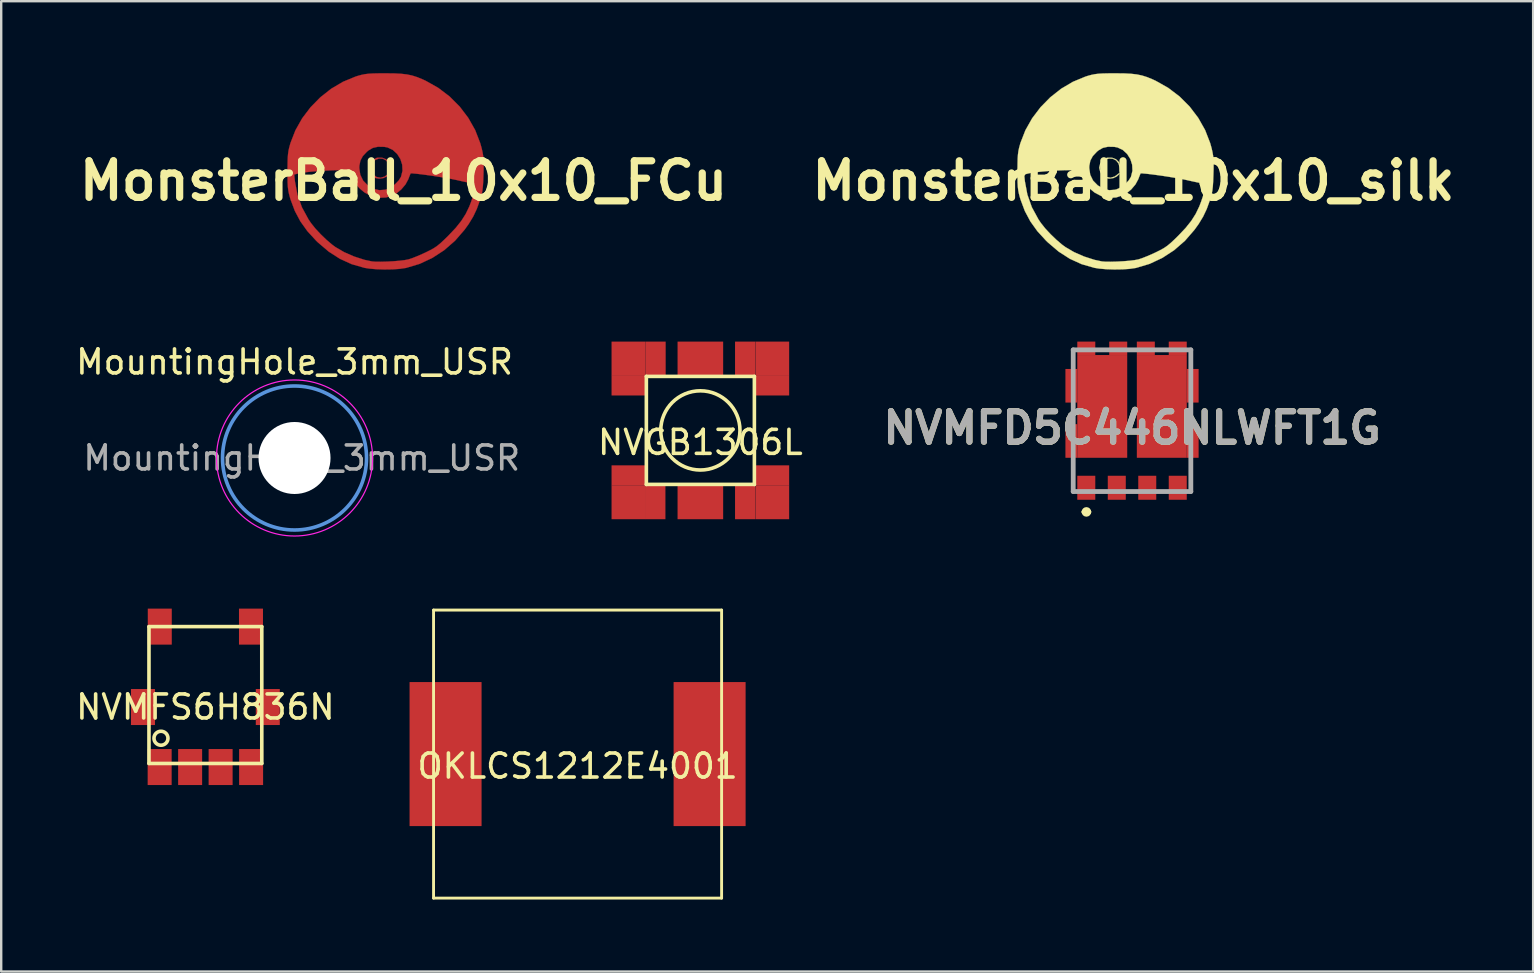
<source format=kicad_pcb>
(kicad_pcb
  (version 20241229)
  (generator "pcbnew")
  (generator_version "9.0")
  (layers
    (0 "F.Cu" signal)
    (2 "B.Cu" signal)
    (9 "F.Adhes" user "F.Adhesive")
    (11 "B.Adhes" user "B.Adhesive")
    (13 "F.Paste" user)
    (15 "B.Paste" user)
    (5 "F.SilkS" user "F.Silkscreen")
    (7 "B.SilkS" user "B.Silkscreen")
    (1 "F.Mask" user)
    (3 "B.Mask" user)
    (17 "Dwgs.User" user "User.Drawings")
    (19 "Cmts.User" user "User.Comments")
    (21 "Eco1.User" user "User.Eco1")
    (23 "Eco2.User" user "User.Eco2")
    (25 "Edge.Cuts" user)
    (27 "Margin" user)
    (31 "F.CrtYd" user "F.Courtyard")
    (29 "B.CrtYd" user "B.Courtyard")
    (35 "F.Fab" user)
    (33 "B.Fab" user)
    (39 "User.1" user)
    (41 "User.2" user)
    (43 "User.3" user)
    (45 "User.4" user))
  (footprint "NVGB1306L"
    (layer "F.Cu")
    (at 26.127 14.881)
    (property "Reference" "NVGB1306L" (at 0 0.5 0) (layer "F.SilkS") (effects (font (size 1 1) (thickness 0.15))))
    (attr through_hole)
    (fp_line (start -2.25 -2.25) (end 2.25 -2.25) (stroke (width 0.15) (type solid)) (layer "F.SilkS"))
    (fp_line (start -2.25 0) (end -2.25 -2.25) (stroke (width 0.15) (type solid)) (layer "F.SilkS"))
    (fp_line (start -2.25 2.25) (end -2.25 0) (stroke (width 0.15) (type solid)) (layer "F.SilkS"))
    (fp_line (start 2.25 -2.25) (end 2.25 2.25) (stroke (width 0.15) (type solid)) (layer "F.SilkS"))
    (fp_line (start 2.25 2.25) (end -2.25 2.25) (stroke (width 0.15) (type solid)) (layer "F.SilkS"))
    (fp_circle (center 0 0) (end 0 1.65) (stroke (width 0.15) (type solid)) (fill no) (layer "F.SilkS"))
    (pad "1" smd rect (at -3 -3) (size 1.4 1.4) (layers "F.Cu" "F.Mask" "F.Paste"))
    (pad "1" smd rect (at -3 -1.88) (size 1.4 0.85) (layers "F.Cu" "F.Mask" "F.Paste"))
    (pad "1" smd rect (at -1.87 -3) (size 0.85 1.4) (layers "F.Cu" "F.Mask" "F.Paste"))
    (pad "2" smd rect (at -3 1.88) (size 1.4 0.85) (layers "F.Cu" "F.Mask" "F.Paste"))
    (pad "2" smd rect (at -3 3) (size 1.4 1.4) (layers "F.Cu" "F.Mask" "F.Paste"))
    (pad "2" smd rect (at -1.88 3) (size 0.85 1.4) (layers "F.Cu" "F.Mask" "F.Paste"))
    (pad "3" smd rect (at 0 -3) (size 1.9 1.4) (layers "F.Cu" "F.Mask" "F.Paste"))
    (pad "4" smd rect (at 0 3) (size 1.9 1.4) (layers "F.Cu" "F.Mask" "F.Paste"))
    (pad "5" smd rect (at 1.87 -3) (size 0.85 1.4) (layers "F.Cu" "F.Mask" "F.Paste"))
    (pad "5" smd rect (at 3 -3) (size 1.4 1.4) (layers "F.Cu" "F.Mask" "F.Paste"))
    (pad "5" smd rect (at 3 -1.88) (size 1.4 0.85) (layers "F.Cu" "F.Mask" "F.Paste"))
    (pad "6" smd rect (at 1.87 3) (size 0.85 1.4) (layers "F.Cu" "F.Mask" "F.Paste"))
    (pad "6" smd rect (at 3 1.88) (size 1.4 0.85) (layers "F.Cu" "F.Mask" "F.Paste"))
    (pad "6" smd rect (at 3 3) (size 1.4 1.4) (layers "F.Cu" "F.Mask" "F.Paste")))
  (footprint "MonsterBall_10x10_silk"
    (layer "F.Cu")
    (at 44.17 4.483)
    (property "Reference" "MonsterBall_10x10_silk" (at 0 0 0) (layer "F.SilkS") (effects (font (size 1.524 1.524) (thickness 0.3))))
    (attr through_hole)
    (fp_poly (pts (xy -0.727 -0.899) (xy -0.606 -0.782) (xy -0.547 -0.625) (xy -0.547 -0.527) (xy -0.565 -0.379) (xy -0.574 -0.535) (xy -0.62 -0.717) (xy -0.723 -0.849) (xy -0.864 -0.922) (xy -1.024 -0.928) (xy -1.185 -0.861) (xy -1.251 -0.806) (xy -1.358 -0.65) (xy -1.376 -0.488) (xy -1.305 -0.321) (xy -1.266 -0.271) (xy -1.122 -0.16) (xy -0.956 -0.129) (xy -0.788 -0.177) (xy -0.697 -0.243) (xy -0.621 -0.304) (xy -0.581 -0.318) (xy -0.579 -0.313) (xy -0.611 -0.261) (xy -0.688 -0.188) (xy -0.697 -0.181) (xy -0.841 -0.113) (xy -1.016 -0.091) (xy -1.177 -0.119) (xy -1.214 -0.137) (xy -1.309 -0.231) (xy -1.385 -0.375) (xy -1.424 -0.527) (xy -1.426 -0.559) (xy -1.385 -0.723) (xy -1.279 -0.863) (xy -1.132 -0.951) (xy -1.089 -0.961) (xy -0.893 -0.963) (xy -0.727 -0.899)) (stroke (width 0.01) (type solid)) (fill yes) (layer "F.SilkS"))
    (fp_poly (pts (xy -0.396 -4.475) (xy -0.102 -4.46) (xy 0.143 -4.432) (xy 0.361 -4.386) (xy 0.573 -4.319) (xy 0.798 -4.226) (xy 0.924 -4.168) (xy 1.446 -3.874) (xy 1.92 -3.514) (xy 2.34 -3.094) (xy 2.697 -2.625) (xy 2.985 -2.115) (xy 3.196 -1.572) (xy 3.255 -1.361) (xy 3.293 -1.192) (xy 3.319 -1.041) (xy 3.334 -0.884) (xy 3.339 -0.698) (xy 3.337 -0.462) (xy 3.331 -0.27) (xy 3.321 0.014) (xy 3.307 0.231) (xy 3.287 0.405) (xy 3.258 0.557) (xy 3.216 0.71) (xy 3.187 0.802) (xy 3.054 1.17) (xy 2.904 1.488) (xy 2.718 1.795) (xy 2.541 2.041) (xy 2.146 2.497) (xy 1.696 2.889) (xy 1.201 3.212) (xy 0.671 3.46) (xy 0.115 3.626) (xy 0.086 3.632) (xy -0.16 3.668) (xy -0.463 3.688) (xy -0.795 3.693) (xy -1.125 3.683) (xy -1.424 3.657) (xy -1.626 3.625) (xy -2.156 3.473) (xy -2.649 3.249) (xy -3.116 2.949) (xy -3.566 2.566) (xy -3.637 2.498) (xy -4.004 2.097) (xy -4.295 1.691) (xy -4.525 1.259) (xy -4.705 0.779) (xy -4.736 0.675) (xy -4.773 0.534) (xy -4.8 0.398) (xy -4.818 0.249) (xy -4.828 0.067) (xy -4.831 -0.168) (xy -4.831 -0.262) (xy -4.553 -0.262) (xy -4.524 0.014) (xy -4.42 0.571) (xy -4.232 1.103) (xy -3.958 1.606) (xy -3.854 1.76) (xy -3.679 1.98) (xy -3.456 2.22) (xy -3.212 2.455) (xy -2.974 2.658) (xy -2.837 2.759) (xy -2.475 2.97) (xy -2.06 3.152) (xy -1.629 3.291) (xy -1.315 3.358) (xy -1.162 3.37) (xy -0.946 3.372) (xy -0.693 3.365) (xy -0.426 3.351) (xy -0.172 3.33) (xy 0.045 3.304) (xy 0.199 3.275) (xy 0.201 3.275) (xy 0.354 3.225) (xy 0.556 3.146) (xy 0.778 3.05) (xy 0.934 2.978) (xy 1.126 2.882) (xy 1.28 2.795) (xy 1.415 2.702) (xy 1.554 2.586) (xy 1.717 2.434) (xy 1.874 2.279) (xy 2.173 1.963) (xy 2.407 1.67) (xy 2.592 1.379) (xy 2.741 1.07) (xy 2.818 0.869) (xy 2.897 0.635) (xy 2.944 0.467) (xy 2.959 0.349) (xy 2.945 0.264) (xy 2.904 0.197) (xy 2.892 0.184) (xy 2.823 0.116) (xy 2.783 0.089) (xy 2.734 0.08) (xy 2.615 0.055) (xy 2.442 0.018) (xy 2.232 -0.029) (xy 2.172 -0.042) (xy 1.981 -0.081) (xy 1.751 -0.122) (xy 1.496 -0.164) (xy 1.233 -0.205) (xy 0.975 -0.241) (xy 0.738 -0.272) (xy 0.538 -0.295) (xy 0.388 -0.308) (xy 0.305 -0.308) (xy 0.294 -0.304) (xy 0.274 -0.258) (xy 0.233 -0.154) (xy 0.202 -0.07) (xy 0.084 0.149) (xy -0.093 0.359) (xy -0.302 0.53) (xy -0.418 0.596) (xy -0.723 0.694) (xy -1.034 0.707) (xy -1.338 0.637) (xy -1.625 0.485) (xy -1.806 0.335) (xy -1.946 0.187) (xy -2.037 0.055) (xy -2.099 -0.094) (xy -2.122 -0.173) (xy -2.198 -0.446) (xy -2.67 -0.445) (xy -2.939 -0.44) (xy -3.235 -0.427) (xy -3.538 -0.408) (xy -3.827 -0.384) (xy -4.082 -0.357) (xy -4.282 -0.328) (xy -4.382 -0.307) (xy -4.553 -0.262) (xy -4.831 -0.262) (xy -4.831 -0.423) (xy -4.831 -0.532) (xy -1.842 -0.532) (xy -1.801 -0.253) (xy -1.683 -0.01) (xy -1.493 0.184) (xy -1.468 0.202) (xy -1.234 0.334) (xy -1.012 0.39) (xy -0.779 0.373) (xy -0.699 0.353) (xy -0.529 0.275) (xy -0.352 0.143) (xy -0.2 -0.014) (xy -0.105 -0.166) (xy -0.042 -0.416) (xy -0.054 -0.669) (xy -0.131 -0.909) (xy -0.264 -1.12) (xy -0.444 -1.285) (xy -0.664 -1.39) (xy -0.798 -1.415) (xy -1.062 -1.42) (xy -1.274 -1.373) (xy -1.458 -1.267) (xy -1.521 -1.215) (xy -1.695 -1.03) (xy -1.796 -0.842) (xy -1.839 -0.626) (xy -1.842 -0.532) (xy -4.831 -0.532) (xy -4.829 -0.711) (xy -4.824 -0.93) (xy -4.812 -1.1) (xy -4.793 -1.243) (xy -4.764 -1.378) (xy -4.723 -1.527) (xy -4.707 -1.582) (xy -4.502 -2.107) (xy -4.221 -2.605) (xy -3.872 -3.065) (xy -3.466 -3.479) (xy -3.013 -3.836) (xy -2.522 -4.126) (xy -2.002 -4.341) (xy -1.885 -4.378) (xy -1.743 -4.416) (xy -1.607 -4.443) (xy -1.459 -4.461) (xy -1.279 -4.472) (xy -1.047 -4.477) (xy -0.758 -4.478) (xy -0.396 -4.475)) (stroke (width 0.01) (type solid)) (fill yes) (layer "F.SilkS")))
  (footprint "MonsterBall_10x10_FCu"
    (layer "F.Cu")
    (at 13.76 4.483)
    (property "Reference" "MonsterBall_10x10_FCu" (at 0 0 0) (layer "F.SilkS") (effects (font (size 1.524 1.524) (thickness 0.3))))
    (attr through_hole)
    (fp_poly (pts (xy -0.727 -0.899) (xy -0.606 -0.782) (xy -0.547 -0.625) (xy -0.547 -0.527) (xy -0.565 -0.379) (xy -0.574 -0.535) (xy -0.62 -0.717) (xy -0.723 -0.849) (xy -0.864 -0.922) (xy -1.024 -0.928) (xy -1.185 -0.861) (xy -1.251 -0.806) (xy -1.358 -0.65) (xy -1.376 -0.488) (xy -1.305 -0.321) (xy -1.266 -0.271) (xy -1.122 -0.16) (xy -0.956 -0.129) (xy -0.788 -0.177) (xy -0.697 -0.243) (xy -0.621 -0.304) (xy -0.581 -0.318) (xy -0.579 -0.313) (xy -0.611 -0.261) (xy -0.688 -0.188) (xy -0.697 -0.181) (xy -0.841 -0.113) (xy -1.016 -0.091) (xy -1.177 -0.119) (xy -1.214 -0.137) (xy -1.309 -0.231) (xy -1.385 -0.375) (xy -1.424 -0.527) (xy -1.426 -0.559) (xy -1.385 -0.723) (xy -1.279 -0.863) (xy -1.132 -0.951) (xy -1.089 -0.961) (xy -0.893 -0.963) (xy -0.727 -0.899)) (stroke (width 0.01) (type solid)) (fill yes) (layer "F.Cu"))
    (fp_poly (pts (xy -0.396 -4.475) (xy -0.102 -4.46) (xy 0.143 -4.432) (xy 0.361 -4.386) (xy 0.573 -4.319) (xy 0.798 -4.226) (xy 0.924 -4.168) (xy 1.446 -3.874) (xy 1.92 -3.514) (xy 2.34 -3.094) (xy 2.697 -2.625) (xy 2.985 -2.115) (xy 3.196 -1.572) (xy 3.255 -1.361) (xy 3.293 -1.192) (xy 3.319 -1.041) (xy 3.334 -0.884) (xy 3.339 -0.698) (xy 3.337 -0.462) (xy 3.331 -0.27) (xy 3.321 0.014) (xy 3.307 0.231) (xy 3.287 0.405) (xy 3.258 0.557) (xy 3.216 0.71) (xy 3.187 0.802) (xy 3.054 1.17) (xy 2.904 1.488) (xy 2.718 1.795) (xy 2.541 2.041) (xy 2.146 2.497) (xy 1.696 2.889) (xy 1.201 3.212) (xy 0.671 3.46) (xy 0.115 3.626) (xy 0.086 3.632) (xy -0.16 3.668) (xy -0.463 3.688) (xy -0.795 3.693) (xy -1.125 3.683) (xy -1.424 3.657) (xy -1.626 3.625) (xy -2.156 3.473) (xy -2.649 3.249) (xy -3.116 2.949) (xy -3.566 2.566) (xy -3.637 2.498) (xy -4.004 2.097) (xy -4.295 1.691) (xy -4.525 1.259) (xy -4.705 0.779) (xy -4.736 0.675) (xy -4.773 0.534) (xy -4.8 0.398) (xy -4.818 0.249) (xy -4.828 0.067) (xy -4.831 -0.168) (xy -4.831 -0.262) (xy -4.553 -0.262) (xy -4.524 0.014) (xy -4.42 0.571) (xy -4.232 1.103) (xy -3.958 1.606) (xy -3.854 1.76) (xy -3.679 1.98) (xy -3.456 2.22) (xy -3.212 2.455) (xy -2.974 2.658) (xy -2.837 2.759) (xy -2.475 2.97) (xy -2.06 3.152) (xy -1.629 3.291) (xy -1.315 3.358) (xy -1.162 3.37) (xy -0.946 3.372) (xy -0.693 3.365) (xy -0.426 3.351) (xy -0.172 3.33) (xy 0.045 3.304) (xy 0.199 3.275) (xy 0.201 3.275) (xy 0.354 3.225) (xy 0.556 3.146) (xy 0.778 3.05) (xy 0.934 2.978) (xy 1.126 2.882) (xy 1.28 2.795) (xy 1.415 2.702) (xy 1.554 2.586) (xy 1.717 2.434) (xy 1.874 2.279) (xy 2.173 1.963) (xy 2.407 1.67) (xy 2.592 1.379) (xy 2.741 1.07) (xy 2.818 0.869) (xy 2.897 0.635) (xy 2.944 0.467) (xy 2.959 0.349) (xy 2.945 0.264) (xy 2.904 0.197) (xy 2.892 0.184) (xy 2.823 0.116) (xy 2.783 0.089) (xy 2.734 0.08) (xy 2.615 0.055) (xy 2.442 0.018) (xy 2.232 -0.029) (xy 2.172 -0.042) (xy 1.981 -0.081) (xy 1.751 -0.122) (xy 1.496 -0.164) (xy 1.233 -0.205) (xy 0.975 -0.241) (xy 0.738 -0.272) (xy 0.538 -0.295) (xy 0.388 -0.308) (xy 0.305 -0.308) (xy 0.294 -0.304) (xy 0.274 -0.258) (xy 0.233 -0.154) (xy 0.202 -0.07) (xy 0.084 0.149) (xy -0.093 0.359) (xy -0.302 0.53) (xy -0.418 0.596) (xy -0.723 0.694) (xy -1.034 0.707) (xy -1.338 0.637) (xy -1.625 0.485) (xy -1.806 0.335) (xy -1.946 0.187) (xy -2.037 0.055) (xy -2.099 -0.094) (xy -2.122 -0.173) (xy -2.198 -0.446) (xy -2.67 -0.445) (xy -2.939 -0.44) (xy -3.235 -0.427) (xy -3.538 -0.408) (xy -3.827 -0.384) (xy -4.082 -0.357) (xy -4.282 -0.328) (xy -4.382 -0.307) (xy -4.553 -0.262) (xy -4.831 -0.262) (xy -4.831 -0.423) (xy -4.831 -0.532) (xy -1.842 -0.532) (xy -1.801 -0.253) (xy -1.683 -0.01) (xy -1.493 0.184) (xy -1.468 0.202) (xy -1.234 0.334) (xy -1.012 0.39) (xy -0.779 0.373) (xy -0.699 0.353) (xy -0.529 0.275) (xy -0.352 0.143) (xy -0.2 -0.014) (xy -0.105 -0.166) (xy -0.042 -0.416) (xy -0.054 -0.669) (xy -0.131 -0.909) (xy -0.264 -1.12) (xy -0.444 -1.285) (xy -0.664 -1.39) (xy -0.798 -1.415) (xy -1.062 -1.42) (xy -1.274 -1.373) (xy -1.458 -1.267) (xy -1.521 -1.215) (xy -1.695 -1.03) (xy -1.796 -0.842) (xy -1.839 -0.626) (xy -1.842 -0.532) (xy -4.831 -0.532) (xy -4.829 -0.711) (xy -4.824 -0.93) (xy -4.812 -1.1) (xy -4.793 -1.243) (xy -4.764 -1.378) (xy -4.723 -1.527) (xy -4.707 -1.582) (xy -4.502 -2.107) (xy -4.221 -2.605) (xy -3.872 -3.065) (xy -3.466 -3.479) (xy -3.013 -3.836) (xy -2.522 -4.126) (xy -2.002 -4.341) (xy -1.885 -4.378) (xy -1.743 -4.416) (xy -1.607 -4.443) (xy -1.459 -4.461) (xy -1.279 -4.472) (xy -1.047 -4.477) (xy -0.758 -4.478) (xy -0.396 -4.475)) (stroke (width 0.01) (type solid)) (fill yes) (layer "F.Cu")))
  (footprint "NVMFD5C446NLWFT1G"
    (layer "F.Cu")
    (at 44.11 14.778)
    (property "Reference" "NVMFD5C446NLWFT1G" (at 0 0 0) (layer "F.SilkS") (effects (font (size 1.27 1.27) (thickness 0.254))))
    (attr smd)
    (fp_line (start -2.45 -3.252) (end -2.45 -2.802) (stroke (width 0.1) (type solid)) (layer "F.SilkS"))
    (fp_line (start -2.45 1.698) (end -2.45 2.648) (stroke (width 0.1) (type solid)) (layer "F.SilkS"))
    (fp_line (start -2 3.498) (end -2 3.498) (stroke (width 0.2) (type solid)) (layer "F.SilkS"))
    (fp_line (start -1.8 3.498) (end -1.8 3.498) (stroke (width 0.2) (type solid)) (layer "F.SilkS"))
    (fp_line (start 2.45 -3.252) (end 2.45 -2.802) (stroke (width 0.1) (type solid)) (layer "F.SilkS"))
    (fp_line (start 2.45 2.648) (end 2.45 1.698) (stroke (width 0.1) (type solid)) (layer "F.SilkS"))
    (fp_arc (start -2 3.498) (mid -1.9 3.398) (end -1.8 3.498) (stroke (width 0.2) (type solid)) (layer "F.SilkS"))
    (fp_arc (start -1.8 3.498) (mid -1.9 3.598) (end -2 3.498) (stroke (width 0.2) (type solid)) (layer "F.SilkS"))
    (fp_line (start -2.45 -3.252) (end 2.45 -3.252) (stroke (width 0.2) (type solid)) (layer "F.Fab"))
    (fp_line (start -2.45 2.648) (end -2.45 -3.252) (stroke (width 0.2) (type solid)) (layer "F.Fab"))
    (fp_line (start 2.45 -3.252) (end 2.45 2.648) (stroke (width 0.2) (type solid)) (layer "F.Fab"))
    (fp_line (start 2.45 2.648) (end -2.45 2.648) (stroke (width 0.2) (type solid)) (layer "F.Fab"))
    (fp_text user "${REFERENCE}" (at 0 0 0) (layer "F.Fab") (effects (font (size 1.27 1.27) (thickness 0.254))))
    (pad "1" smd rect (at -1.905 2.492) (size 0.75 1) (layers "F.Cu" "F.Mask" "F.Paste"))
    (pad "2" smd rect (at -0.635 2.492) (size 0.75 1) (layers "F.Cu" "F.Mask" "F.Paste"))
    (pad "3" smd rect (at 0.635 2.492) (size 0.75 1) (layers "F.Cu" "F.Mask" "F.Paste"))
    (pad "4" smd rect (at 1.905 2.492) (size 0.75 1) (layers "F.Cu" "F.Mask" "F.Paste"))
    (pad "5" smd rect (at 1.905 -3.317 90) (size 0.56 0.75) (layers "F.Cu" "F.Mask" "F.Paste"))
    (pad "6" smd rect (at 0.575 -3.317 90) (size 0.56 0.75) (layers "F.Cu" "F.Mask" "F.Paste"))
    (pad "7" smd rect (at -0.575 -3.317 90) (size 0.56 0.75) (layers "F.Cu" "F.Mask" "F.Paste"))
    (pad "8" smd rect (at -1.905 -3.317 90) (size 0.56 0.75) (layers "F.Cu" "F.Mask" "F.Paste"))
    (pad "9" smd rect (at -2.527 -1.757) (size 0.495 1.4) (layers "F.Cu" "F.Mask" "F.Paste"))
    (pad "10" smd rect (at -2.527 0.543) (size 0.495 1.4) (layers "F.Cu" "F.Mask" "F.Paste"))
    (pad "11" smd rect (at 2.527 0.543) (size 0.495 1.4) (layers "F.Cu" "F.Mask" "F.Paste"))
    (pad "12" smd rect (at 2.527 -1.757) (size 0.495 1.4) (layers "F.Cu" "F.Mask" "F.Paste"))
    (pad "13" smd rect (at 1.24 -0.897) (size 2.08 4.28) (layers "F.Cu" "F.Mask" "F.Paste"))
    (pad "14" smd rect (at -1.24 -0.897) (size 2.08 4.28) (layers "F.Cu" "F.Mask" "F.Paste")))
  (footprint "NVMFS6H836N"
    (layer "F.Cu")
    (at 5.506 25.905)
    (property "Reference" "NVMFS6H836N" (at 0 0.5 0) (layer "F.SilkS") (effects (font (size 1 1) (thickness 0.15))))
    (attr through_hole)
    (fp_line (start -2.35 -2.85) (end 2.35 -2.85) (stroke (width 0.15) (type solid)) (layer "F.SilkS"))
    (fp_line (start -2.35 2.85) (end -2.35 -2.85) (stroke (width 0.15) (type solid)) (layer "F.SilkS"))
    (fp_line (start 2.35 -2.85) (end 2.35 2.85) (stroke (width 0.15) (type solid)) (layer "F.SilkS"))
    (fp_line (start 2.35 2.85) (end -2.35 2.85) (stroke (width 0.15) (type solid)) (layer "F.SilkS"))
    (fp_circle (center -1.85 1.8) (end -1.6 1.65) (stroke (width 0.15) (type solid)) (fill no) (layer "F.SilkS"))
    (pad "" smd rect (at -2.6 0.5) (size 1 1.5) (layers "F.Cu" "F.Mask" "F.Paste"))
    (pad "" smd rect (at 2.6 0.5) (size 1 1.5) (layers "F.Cu" "F.Mask" "F.Paste"))
    (pad "1" smd rect (at -1.905 3) (size 1 1.5) (layers "F.Cu" "F.Mask" "F.Paste"))
    (pad "2" smd rect (at -0.635 3) (size 1 1.5) (layers "F.Cu" "F.Mask" "F.Paste"))
    (pad "3" smd rect (at 0.635 3) (size 1 1.5) (layers "F.Cu" "F.Mask" "F.Paste"))
    (pad "4" smd rect (at 1.905 3) (size 1 1.5) (layers "F.Cu" "F.Mask" "F.Paste"))
    (pad "5" smd rect (at 1.9 -2.85) (size 1 1.5) (layers "F.Cu" "F.Mask" "F.Paste"))
    (pad "6" smd rect (at -1.9 -2.85) (size 1 1.5) (layers "F.Cu" "F.Mask" "F.Paste")))
  (footprint "OKLCS1212E4001"
    (layer "F.Cu")
    (at 21.012 28.365)
    (property "Reference" "OKLCS1212E4001" (at 0 0.5 0) (layer "F.SilkS") (effects (font (size 1 1) (thickness 0.15))))
    (attr through_hole)
    (fp_line (start -6 -6) (end 6 -6) (stroke (width 0.12) (type solid)) (layer "F.SilkS"))
    (fp_line (start -6 6) (end -6 -6) (stroke (width 0.12) (type solid)) (layer "F.SilkS"))
    (fp_line (start 6 -6) (end 6 0) (stroke (width 0.12) (type solid)) (layer "F.SilkS"))
    (fp_line (start 6 0) (end 6 6) (stroke (width 0.12) (type solid)) (layer "F.SilkS"))
    (fp_line (start 6 6) (end -6 6) (stroke (width 0.12) (type solid)) (layer "F.SilkS"))
    (pad "1" smd rect (at -5.5 0) (size 3 6) (layers "F.Cu" "F.Mask" "F.Paste"))
    (pad "2" smd rect (at 5.5 0) (size 3 6) (layers "F.Cu" "F.Mask" "F.Paste")))
  (footprint "MountingHole_3mm_USR"
    (layer "F.Cu")
    (at 9.22 16.03)
    (property "Reference" "MountingHole_3mm_USR" (at 0 -4 0) (layer "F.SilkS") (effects (font (size 1 1) (thickness 0.15))))
    (attr exclude_from_pos_files exclude_from_bom)
    (fp_circle (center 0 0) (end 3 0) (stroke (width 0.15) (type solid)) (fill no) (layer "Cmts.User"))
    (fp_circle (center 0 0) (end 3.25 0) (stroke (width 0.05) (type solid)) (fill no) (layer "F.CrtYd"))
    (fp_text user "${REFERENCE}" (at 0.3 0 0) (layer "F.Fab") (effects (font (size 1 1) (thickness 0.15))))
    (pad "" np_thru_hole circle (at 0 0) (size 3 3) (drill 3) (layers "*.Cu" "*.Mask")))
  (gr_rect
    (start -3 -3)
    (end 60.821 37.425)
    (stroke (width 0.1) (type default))
    (fill no)
    (layer "Edge.Cuts")))
</source>
